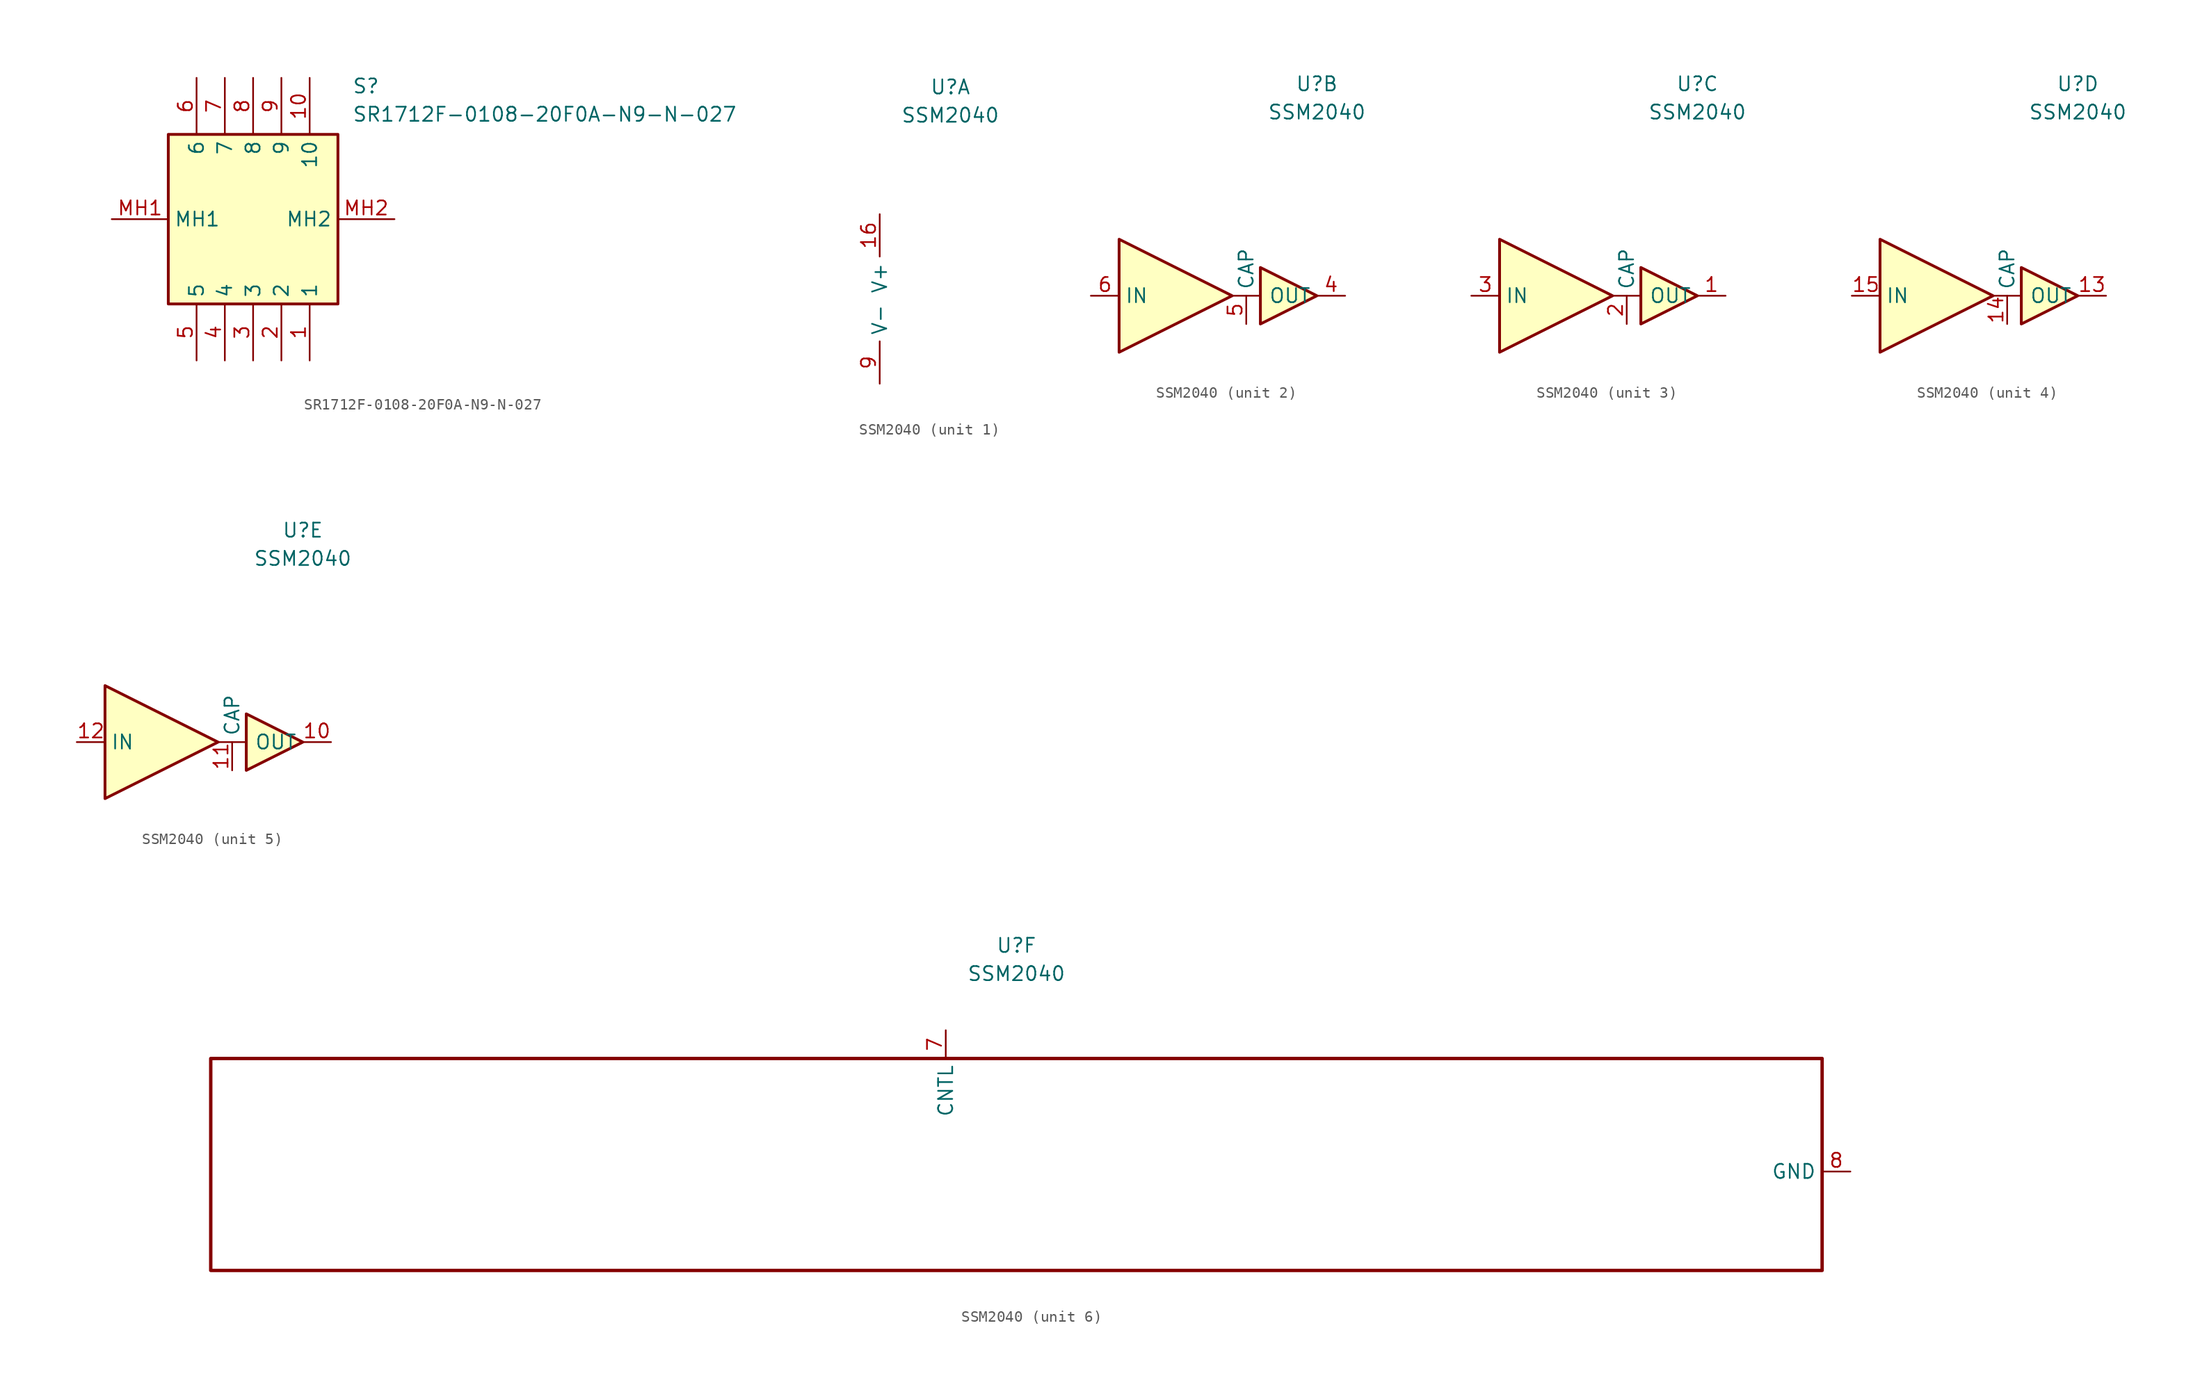
<source format=kicad_sym>
(kicad_symbol_lib
  (version 20220914)
  (generator kicad_symbol_editor)
  (symbol "SR1712F-0108-20F0A-N9-N-027"
    (property "Reference" "S"
      (at 21.59 12.7 0)
      (effects (font (size 1.27 1.27)) (justify left top)))
    (property "Value" "SR1712F-0108-20F0A-N9-N-027"
      (at 21.59 10.16 0)
      (effects (font (size 1.27 1.27)) (justify left top)))
    (symbol "SR1712F-0108-20F0A-N9-N-027_1_1"
      (rectangle (start 5.08 7.62) (end 20.32 -7.62) (stroke (width 0.254) (type default)) (fill (type background)))
      (pin passive line (at 17.78 -12.7 90) (length 5.08) (name "1" (effects (font (size 1.27 1.27)))) (number "1" (effects (font (size 1.27 1.27)))))
      (pin passive line (at 17.78 12.7 270) (length 5.08) (name "10" (effects (font (size 1.27 1.27)))) (number "10" (effects (font (size 1.27 1.27)))))
      (pin passive line (at 15.24 -12.7 90) (length 5.08) (name "2" (effects (font (size 1.27 1.27)))) (number "2" (effects (font (size 1.27 1.27)))))
      (pin passive line (at 12.7 -12.7 90) (length 5.08) (name "3" (effects (font (size 1.27 1.27)))) (number "3" (effects (font (size 1.27 1.27)))))
      (pin passive line (at 10.16 -12.7 90) (length 5.08) (name "4" (effects (font (size 1.27 1.27)))) (number "4" (effects (font (size 1.27 1.27)))))
      (pin passive line (at 7.62 -12.7 90) (length 5.08) (name "5" (effects (font (size 1.27 1.27)))) (number "5" (effects (font (size 1.27 1.27)))))
      (pin passive line (at 7.62 12.7 270) (length 5.08) (name "6" (effects (font (size 1.27 1.27)))) (number "6" (effects (font (size 1.27 1.27)))))
      (pin passive line (at 10.16 12.7 270) (length 5.08) (name "7" (effects (font (size 1.27 1.27)))) (number "7" (effects (font (size 1.27 1.27)))))
      (pin passive line (at 12.7 12.7 270) (length 5.08) (name "8" (effects (font (size 1.27 1.27)))) (number "8" (effects (font (size 1.27 1.27)))))
      (pin passive line (at 15.24 12.7 270) (length 5.08) (name "9" (effects (font (size 1.27 1.27)))) (number "9" (effects (font (size 1.27 1.27)))))
      (pin passive line (at 0 0 0) (length 5.08) (name "MH1" (effects (font (size 1.27 1.27)))) (number "MH1" (effects (font (size 1.27 1.27)))))
      (pin passive line (at 25.4 0 180) (length 5.08) (name "MH2" (effects (font (size 1.27 1.27)))) (number "MH2" (effects (font (size 1.27 1.27)))))))
  (symbol "SSM2040"
    (property "Reference" "U"
      (at 6.35 19.05 0)
      (effects (font (size 1.27 1.27))))
    (property "Value" "SSM2040"
      (at 6.35 16.51 0)
      (effects (font (size 1.27 1.27))))
    (symbol "SSM2040_1_1"
      (pin input line (at 0 7.62 270) (length 3.81) (name "V+" (effects (font (size 1.27 1.27)))) (number "16" (effects (font (size 1.27 1.27)))))
      (pin input line (at 0 -7.62 90) (length 3.81) (name "V-" (effects (font (size 1.27 1.27)))) (number "9" (effects (font (size 1.27 1.27))))))
    (symbol "SSM2040_2_1"
      (rectangle (start -1.27 0) (end 1.27 0) (stroke (width 0) (type default)) (fill (type none)))
      (polyline (pts (xy -11.43 5.08) (xy -1.27 0) (xy -11.43 -5.08) (xy -11.43 5.08)) (stroke (width 0.254) (type default)) (fill (type background)))
      (polyline (pts (xy 1.27 2.54) (xy 6.35 0) (xy 1.27 -2.54) (xy 1.27 2.54)) (stroke (width 0.254) (type default)) (fill (type background)))
      (pin input line (at 8.89 0 180) (length 2.54) (name "OUT" (effects (font (size 1.27 1.27)))) (number "4" (effects (font (size 1.27 1.27)))))
      (pin input line (at 0 -2.54 90) (length 2.54) (name "CAP" (effects (font (size 1.27 1.27)))) (number "5" (effects (font (size 1.27 1.27)))))
      (pin input line (at -13.97 0 0) (length 2.54) (name "IN" (effects (font (size 1.27 1.27)))) (number "6" (effects (font (size 1.27 1.27))))))
    (symbol "SSM2040_3_1"
      (rectangle (start -1.27 0) (end 1.27 0) (stroke (width 0) (type default)) (fill (type none)))
      (polyline (pts (xy -11.43 5.08) (xy -1.27 0) (xy -11.43 -5.08) (xy -11.43 5.08)) (stroke (width 0.254) (type default)) (fill (type background)))
      (polyline (pts (xy 1.27 2.54) (xy 6.35 0) (xy 1.27 -2.54) (xy 1.27 2.54)) (stroke (width 0.254) (type default)) (fill (type background)))
      (pin input line (at 8.89 0 180) (length 2.54) (name "OUT" (effects (font (size 1.27 1.27)))) (number "1" (effects (font (size 1.27 1.27)))))
      (pin input line (at 0 -2.54 90) (length 2.54) (name "CAP" (effects (font (size 1.27 1.27)))) (number "2" (effects (font (size 1.27 1.27)))))
      (pin input line (at -13.97 0 0) (length 2.54) (name "IN" (effects (font (size 1.27 1.27)))) (number "3" (effects (font (size 1.27 1.27))))))
    (symbol "SSM2040_4_1"
      (rectangle (start -1.27 0) (end 1.27 0) (stroke (width 0) (type default)) (fill (type none)))
      (polyline (pts (xy -11.43 5.08) (xy -1.27 0) (xy -11.43 -5.08) (xy -11.43 5.08)) (stroke (width 0.254) (type default)) (fill (type background)))
      (polyline (pts (xy 1.27 2.54) (xy 6.35 0) (xy 1.27 -2.54) (xy 1.27 2.54)) (stroke (width 0.254) (type default)) (fill (type background)))
      (pin input line (at 8.89 0 180) (length 2.54) (name "OUT" (effects (font (size 1.27 1.27)))) (number "13" (effects (font (size 1.27 1.27)))))
      (pin input line (at 0 -2.54 90) (length 2.54) (name "CAP" (effects (font (size 1.27 1.27)))) (number "14" (effects (font (size 1.27 1.27)))))
      (pin input line (at -13.97 0 0) (length 2.54) (name "IN" (effects (font (size 1.27 1.27)))) (number "15" (effects (font (size 1.27 1.27))))))
    (symbol "SSM2040_5_1"
      (rectangle (start -1.27 0) (end 1.27 0) (stroke (width 0) (type default)) (fill (type none)))
      (polyline (pts (xy -11.43 5.08) (xy -1.27 0) (xy -11.43 -5.08) (xy -11.43 5.08)) (stroke (width 0.254) (type default)) (fill (type background)))
      (polyline (pts (xy 1.27 2.54) (xy 6.35 0) (xy 1.27 -2.54) (xy 1.27 2.54)) (stroke (width 0.254) (type default)) (fill (type background)))
      (pin input line (at 8.89 0 180) (length 2.54) (name "OUT" (effects (font (size 1.27 1.27)))) (number "10" (effects (font (size 1.27 1.27)))))
      (pin input line (at 0 -2.54 90) (length 2.54) (name "CAP" (effects (font (size 1.27 1.27)))) (number "11" (effects (font (size 1.27 1.27)))))
      (pin input line (at -13.97 0 0) (length 2.54) (name "IN" (effects (font (size 1.27 1.27)))) (number "12" (effects (font (size 1.27 1.27))))))
    (symbol "SSM2040_6_1"
      (rectangle (start -66.04 8.89) (end 78.74 -10.16) (stroke (width 0.305) (type default)) (fill (type none)))
      (pin input line (at 0 11.43 270) (length 2.54) (name "CNTL" (effects (font (size 1.27 1.27)))) (number "7" (effects (font (size 1.27 1.27)))))
      (pin input line (at 81.28 -1.27 180) (length 2.54) (name "GND" (effects (font (size 1.27 1.27)))) (number "8" (effects (font (size 1.27 1.27))))))))
</source>
